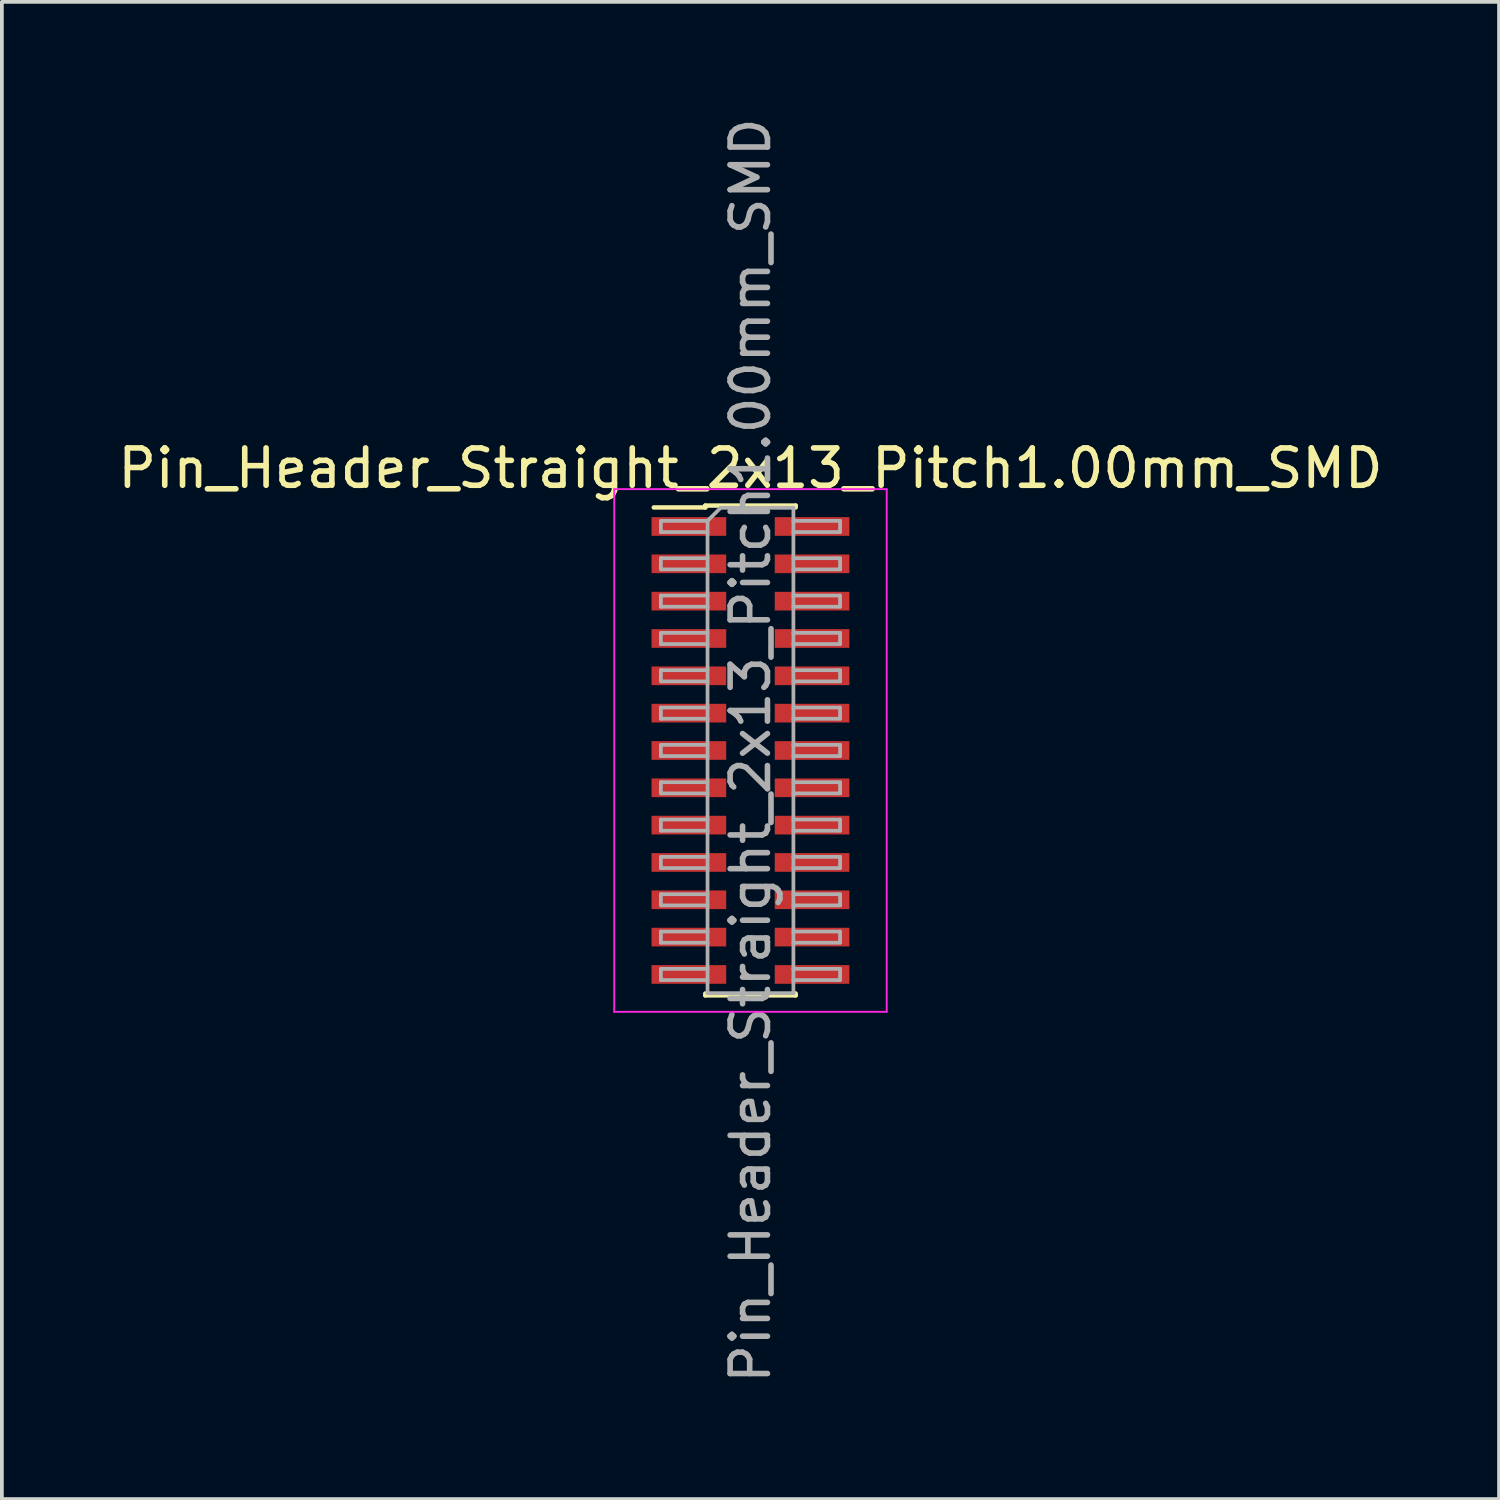
<source format=kicad_pcb>
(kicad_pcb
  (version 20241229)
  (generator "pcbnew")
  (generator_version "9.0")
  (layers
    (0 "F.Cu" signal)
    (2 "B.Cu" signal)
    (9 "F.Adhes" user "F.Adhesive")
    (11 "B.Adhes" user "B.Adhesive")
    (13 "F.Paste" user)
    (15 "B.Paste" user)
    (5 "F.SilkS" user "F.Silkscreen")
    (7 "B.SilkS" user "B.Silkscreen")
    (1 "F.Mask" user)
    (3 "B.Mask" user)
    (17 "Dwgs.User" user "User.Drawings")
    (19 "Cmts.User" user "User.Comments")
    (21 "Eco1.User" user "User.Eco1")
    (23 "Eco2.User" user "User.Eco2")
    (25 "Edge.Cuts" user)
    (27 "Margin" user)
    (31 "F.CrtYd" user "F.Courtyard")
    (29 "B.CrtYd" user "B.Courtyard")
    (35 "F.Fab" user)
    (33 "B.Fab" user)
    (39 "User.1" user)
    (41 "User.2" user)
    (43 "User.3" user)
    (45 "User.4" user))
  (footprint "Pin_Header_Straight_2x13_Pitch1.00mm_SMD"
    (layer "F.Cu")
    (at 17.054 17.054)
    (property "Reference" "Pin_Header_Straight_2x13_Pitch1.00mm_SMD" (at 0 -7.56 0) (layer "F.SilkS") (effects (font (size 1 1) (thickness 0.15))))
    (attr smd)
    (fp_line (start -2.59 -6.51) (end -1.21 -6.51) (stroke (width 0.12) (type solid)) (layer "F.SilkS"))
    (fp_line (start -1.21 -6.56) (end -1.21 -6.51) (stroke (width 0.12) (type solid)) (layer "F.SilkS"))
    (fp_line (start -1.21 -6.56) (end 1.21 -6.56) (stroke (width 0.12) (type solid)) (layer "F.SilkS"))
    (fp_line (start -1.21 6.51) (end -1.21 6.56) (stroke (width 0.12) (type solid)) (layer "F.SilkS"))
    (fp_line (start -1.21 6.56) (end 1.21 6.56) (stroke (width 0.12) (type solid)) (layer "F.SilkS"))
    (fp_line (start 1.21 -6.56) (end 1.21 -6.51) (stroke (width 0.12) (type solid)) (layer "F.SilkS"))
    (fp_line (start 1.21 6.51) (end 1.21 6.56) (stroke (width 0.12) (type solid)) (layer "F.SilkS"))
    (fp_line (start -3.65 -7) (end -3.65 7) (stroke (width 0.05) (type solid)) (layer "F.CrtYd"))
    (fp_line (start -3.65 7) (end 3.65 7) (stroke (width 0.05) (type solid)) (layer "F.CrtYd"))
    (fp_line (start 3.65 -7) (end -3.65 -7) (stroke (width 0.05) (type solid)) (layer "F.CrtYd"))
    (fp_line (start 3.65 7) (end 3.65 -7) (stroke (width 0.05) (type solid)) (layer "F.CrtYd"))
    (fp_line (start -2.4 -6.15) (end -2.4 -5.85) (stroke (width 0.1) (type solid)) (layer "F.Fab"))
    (fp_line (start -2.4 -5.85) (end -1.15 -5.85) (stroke (width 0.1) (type solid)) (layer "F.Fab"))
    (fp_line (start -2.4 -5.15) (end -2.4 -4.85) (stroke (width 0.1) (type solid)) (layer "F.Fab"))
    (fp_line (start -2.4 -4.85) (end -1.15 -4.85) (stroke (width 0.1) (type solid)) (layer "F.Fab"))
    (fp_line (start -2.4 -4.15) (end -2.4 -3.85) (stroke (width 0.1) (type solid)) (layer "F.Fab"))
    (fp_line (start -2.4 -3.85) (end -1.15 -3.85) (stroke (width 0.1) (type solid)) (layer "F.Fab"))
    (fp_line (start -2.4 -3.15) (end -2.4 -2.85) (stroke (width 0.1) (type solid)) (layer "F.Fab"))
    (fp_line (start -2.4 -2.85) (end -1.15 -2.85) (stroke (width 0.1) (type solid)) (layer "F.Fab"))
    (fp_line (start -2.4 -2.15) (end -2.4 -1.85) (stroke (width 0.1) (type solid)) (layer "F.Fab"))
    (fp_line (start -2.4 -1.85) (end -1.15 -1.85) (stroke (width 0.1) (type solid)) (layer "F.Fab"))
    (fp_line (start -2.4 -1.15) (end -2.4 -0.85) (stroke (width 0.1) (type solid)) (layer "F.Fab"))
    (fp_line (start -2.4 -0.85) (end -1.15 -0.85) (stroke (width 0.1) (type solid)) (layer "F.Fab"))
    (fp_line (start -2.4 -0.15) (end -2.4 0.15) (stroke (width 0.1) (type solid)) (layer "F.Fab"))
    (fp_line (start -2.4 0.15) (end -1.15 0.15) (stroke (width 0.1) (type solid)) (layer "F.Fab"))
    (fp_line (start -2.4 0.85) (end -2.4 1.15) (stroke (width 0.1) (type solid)) (layer "F.Fab"))
    (fp_line (start -2.4 1.15) (end -1.15 1.15) (stroke (width 0.1) (type solid)) (layer "F.Fab"))
    (fp_line (start -2.4 1.85) (end -2.4 2.15) (stroke (width 0.1) (type solid)) (layer "F.Fab"))
    (fp_line (start -2.4 2.15) (end -1.15 2.15) (stroke (width 0.1) (type solid)) (layer "F.Fab"))
    (fp_line (start -2.4 2.85) (end -2.4 3.15) (stroke (width 0.1) (type solid)) (layer "F.Fab"))
    (fp_line (start -2.4 3.15) (end -1.15 3.15) (stroke (width 0.1) (type solid)) (layer "F.Fab"))
    (fp_line (start -2.4 3.85) (end -2.4 4.15) (stroke (width 0.1) (type solid)) (layer "F.Fab"))
    (fp_line (start -2.4 4.15) (end -1.15 4.15) (stroke (width 0.1) (type solid)) (layer "F.Fab"))
    (fp_line (start -2.4 4.85) (end -2.4 5.15) (stroke (width 0.1) (type solid)) (layer "F.Fab"))
    (fp_line (start -2.4 5.15) (end -1.15 5.15) (stroke (width 0.1) (type solid)) (layer "F.Fab"))
    (fp_line (start -2.4 5.85) (end -2.4 6.15) (stroke (width 0.1) (type solid)) (layer "F.Fab"))
    (fp_line (start -2.4 6.15) (end -1.15 6.15) (stroke (width 0.1) (type solid)) (layer "F.Fab"))
    (fp_line (start -1.15 -6.15) (end -2.4 -6.15) (stroke (width 0.1) (type solid)) (layer "F.Fab"))
    (fp_line (start -1.15 -6.15) (end -0.8 -6.5) (stroke (width 0.1) (type solid)) (layer "F.Fab"))
    (fp_line (start -1.15 -5.15) (end -2.4 -5.15) (stroke (width 0.1) (type solid)) (layer "F.Fab"))
    (fp_line (start -1.15 -4.15) (end -2.4 -4.15) (stroke (width 0.1) (type solid)) (layer "F.Fab"))
    (fp_line (start -1.15 -3.15) (end -2.4 -3.15) (stroke (width 0.1) (type solid)) (layer "F.Fab"))
    (fp_line (start -1.15 -2.15) (end -2.4 -2.15) (stroke (width 0.1) (type solid)) (layer "F.Fab"))
    (fp_line (start -1.15 -1.15) (end -2.4 -1.15) (stroke (width 0.1) (type solid)) (layer "F.Fab"))
    (fp_line (start -1.15 -0.15) (end -2.4 -0.15) (stroke (width 0.1) (type solid)) (layer "F.Fab"))
    (fp_line (start -1.15 0.85) (end -2.4 0.85) (stroke (width 0.1) (type solid)) (layer "F.Fab"))
    (fp_line (start -1.15 1.85) (end -2.4 1.85) (stroke (width 0.1) (type solid)) (layer "F.Fab"))
    (fp_line (start -1.15 2.85) (end -2.4 2.85) (stroke (width 0.1) (type solid)) (layer "F.Fab"))
    (fp_line (start -1.15 3.85) (end -2.4 3.85) (stroke (width 0.1) (type solid)) (layer "F.Fab"))
    (fp_line (start -1.15 4.85) (end -2.4 4.85) (stroke (width 0.1) (type solid)) (layer "F.Fab"))
    (fp_line (start -1.15 5.85) (end -2.4 5.85) (stroke (width 0.1) (type solid)) (layer "F.Fab"))
    (fp_line (start -1.15 6.5) (end -1.15 -6.15) (stroke (width 0.1) (type solid)) (layer "F.Fab"))
    (fp_line (start -0.8 -6.5) (end 1.15 -6.5) (stroke (width 0.1) (type solid)) (layer "F.Fab"))
    (fp_line (start 1.15 -6.5) (end 1.15 6.5) (stroke (width 0.1) (type solid)) (layer "F.Fab"))
    (fp_line (start 1.15 -6.15) (end 2.4 -6.15) (stroke (width 0.1) (type solid)) (layer "F.Fab"))
    (fp_line (start 1.15 -5.15) (end 2.4 -5.15) (stroke (width 0.1) (type solid)) (layer "F.Fab"))
    (fp_line (start 1.15 -4.15) (end 2.4 -4.15) (stroke (width 0.1) (type solid)) (layer "F.Fab"))
    (fp_line (start 1.15 -3.15) (end 2.4 -3.15) (stroke (width 0.1) (type solid)) (layer "F.Fab"))
    (fp_line (start 1.15 -2.15) (end 2.4 -2.15) (stroke (width 0.1) (type solid)) (layer "F.Fab"))
    (fp_line (start 1.15 -1.15) (end 2.4 -1.15) (stroke (width 0.1) (type solid)) (layer "F.Fab"))
    (fp_line (start 1.15 -0.15) (end 2.4 -0.15) (stroke (width 0.1) (type solid)) (layer "F.Fab"))
    (fp_line (start 1.15 0.85) (end 2.4 0.85) (stroke (width 0.1) (type solid)) (layer "F.Fab"))
    (fp_line (start 1.15 1.85) (end 2.4 1.85) (stroke (width 0.1) (type solid)) (layer "F.Fab"))
    (fp_line (start 1.15 2.85) (end 2.4 2.85) (stroke (width 0.1) (type solid)) (layer "F.Fab"))
    (fp_line (start 1.15 3.85) (end 2.4 3.85) (stroke (width 0.1) (type solid)) (layer "F.Fab"))
    (fp_line (start 1.15 4.85) (end 2.4 4.85) (stroke (width 0.1) (type solid)) (layer "F.Fab"))
    (fp_line (start 1.15 5.85) (end 2.4 5.85) (stroke (width 0.1) (type solid)) (layer "F.Fab"))
    (fp_line (start 1.15 6.5) (end -1.15 6.5) (stroke (width 0.1) (type solid)) (layer "F.Fab"))
    (fp_line (start 2.4 -6.15) (end 2.4 -5.85) (stroke (width 0.1) (type solid)) (layer "F.Fab"))
    (fp_line (start 2.4 -5.85) (end 1.15 -5.85) (stroke (width 0.1) (type solid)) (layer "F.Fab"))
    (fp_line (start 2.4 -5.15) (end 2.4 -4.85) (stroke (width 0.1) (type solid)) (layer "F.Fab"))
    (fp_line (start 2.4 -4.85) (end 1.15 -4.85) (stroke (width 0.1) (type solid)) (layer "F.Fab"))
    (fp_line (start 2.4 -4.15) (end 2.4 -3.85) (stroke (width 0.1) (type solid)) (layer "F.Fab"))
    (fp_line (start 2.4 -3.85) (end 1.15 -3.85) (stroke (width 0.1) (type solid)) (layer "F.Fab"))
    (fp_line (start 2.4 -3.15) (end 2.4 -2.85) (stroke (width 0.1) (type solid)) (layer "F.Fab"))
    (fp_line (start 2.4 -2.85) (end 1.15 -2.85) (stroke (width 0.1) (type solid)) (layer "F.Fab"))
    (fp_line (start 2.4 -2.15) (end 2.4 -1.85) (stroke (width 0.1) (type solid)) (layer "F.Fab"))
    (fp_line (start 2.4 -1.85) (end 1.15 -1.85) (stroke (width 0.1) (type solid)) (layer "F.Fab"))
    (fp_line (start 2.4 -1.15) (end 2.4 -0.85) (stroke (width 0.1) (type solid)) (layer "F.Fab"))
    (fp_line (start 2.4 -0.85) (end 1.15 -0.85) (stroke (width 0.1) (type solid)) (layer "F.Fab"))
    (fp_line (start 2.4 -0.15) (end 2.4 0.15) (stroke (width 0.1) (type solid)) (layer "F.Fab"))
    (fp_line (start 2.4 0.15) (end 1.15 0.15) (stroke (width 0.1) (type solid)) (layer "F.Fab"))
    (fp_line (start 2.4 0.85) (end 2.4 1.15) (stroke (width 0.1) (type solid)) (layer "F.Fab"))
    (fp_line (start 2.4 1.15) (end 1.15 1.15) (stroke (width 0.1) (type solid)) (layer "F.Fab"))
    (fp_line (start 2.4 1.85) (end 2.4 2.15) (stroke (width 0.1) (type solid)) (layer "F.Fab"))
    (fp_line (start 2.4 2.15) (end 1.15 2.15) (stroke (width 0.1) (type solid)) (layer "F.Fab"))
    (fp_line (start 2.4 2.85) (end 2.4 3.15) (stroke (width 0.1) (type solid)) (layer "F.Fab"))
    (fp_line (start 2.4 3.15) (end 1.15 3.15) (stroke (width 0.1) (type solid)) (layer "F.Fab"))
    (fp_line (start 2.4 3.85) (end 2.4 4.15) (stroke (width 0.1) (type solid)) (layer "F.Fab"))
    (fp_line (start 2.4 4.15) (end 1.15 4.15) (stroke (width 0.1) (type solid)) (layer "F.Fab"))
    (fp_line (start 2.4 4.85) (end 2.4 5.15) (stroke (width 0.1) (type solid)) (layer "F.Fab"))
    (fp_line (start 2.4 5.15) (end 1.15 5.15) (stroke (width 0.1) (type solid)) (layer "F.Fab"))
    (fp_line (start 2.4 5.85) (end 2.4 6.15) (stroke (width 0.1) (type solid)) (layer "F.Fab"))
    (fp_line (start 2.4 6.15) (end 1.15 6.15) (stroke (width 0.1) (type solid)) (layer "F.Fab"))
    (fp_text user "${REFERENCE}" (at 0 0 90) (layer "F.Fab") (effects (font (size 1 1) (thickness 0.15))))
    (pad "1" smd rect (at -1.65 -6) (size 2 0.5) (layers "F.Cu" "F.Mask" "F.Paste"))
    (pad "2" smd rect (at 1.65 -6) (size 2 0.5) (layers "F.Cu" "F.Mask" "F.Paste"))
    (pad "3" smd rect (at -1.65 -5) (size 2 0.5) (layers "F.Cu" "F.Mask" "F.Paste"))
    (pad "4" smd rect (at 1.65 -5) (size 2 0.5) (layers "F.Cu" "F.Mask" "F.Paste"))
    (pad "5" smd rect (at -1.65 -4) (size 2 0.5) (layers "F.Cu" "F.Mask" "F.Paste"))
    (pad "6" smd rect (at 1.65 -4) (size 2 0.5) (layers "F.Cu" "F.Mask" "F.Paste"))
    (pad "7" smd rect (at -1.65 -3) (size 2 0.5) (layers "F.Cu" "F.Mask" "F.Paste"))
    (pad "8" smd rect (at 1.65 -3) (size 2 0.5) (layers "F.Cu" "F.Mask" "F.Paste"))
    (pad "9" smd rect (at -1.65 -2) (size 2 0.5) (layers "F.Cu" "F.Mask" "F.Paste"))
    (pad "10" smd rect (at 1.65 -2) (size 2 0.5) (layers "F.Cu" "F.Mask" "F.Paste"))
    (pad "11" smd rect (at -1.65 -1) (size 2 0.5) (layers "F.Cu" "F.Mask" "F.Paste"))
    (pad "12" smd rect (at 1.65 -1) (size 2 0.5) (layers "F.Cu" "F.Mask" "F.Paste"))
    (pad "13" smd rect (at -1.65 0) (size 2 0.5) (layers "F.Cu" "F.Mask" "F.Paste"))
    (pad "14" smd rect (at 1.65 0) (size 2 0.5) (layers "F.Cu" "F.Mask" "F.Paste"))
    (pad "15" smd rect (at -1.65 1) (size 2 0.5) (layers "F.Cu" "F.Mask" "F.Paste"))
    (pad "16" smd rect (at 1.65 1) (size 2 0.5) (layers "F.Cu" "F.Mask" "F.Paste"))
    (pad "17" smd rect (at -1.65 2) (size 2 0.5) (layers "F.Cu" "F.Mask" "F.Paste"))
    (pad "18" smd rect (at 1.65 2) (size 2 0.5) (layers "F.Cu" "F.Mask" "F.Paste"))
    (pad "19" smd rect (at -1.65 3) (size 2 0.5) (layers "F.Cu" "F.Mask" "F.Paste"))
    (pad "20" smd rect (at 1.65 3) (size 2 0.5) (layers "F.Cu" "F.Mask" "F.Paste"))
    (pad "21" smd rect (at -1.65 4) (size 2 0.5) (layers "F.Cu" "F.Mask" "F.Paste"))
    (pad "22" smd rect (at 1.65 4) (size 2 0.5) (layers "F.Cu" "F.Mask" "F.Paste"))
    (pad "23" smd rect (at -1.65 5) (size 2 0.5) (layers "F.Cu" "F.Mask" "F.Paste"))
    (pad "24" smd rect (at 1.65 5) (size 2 0.5) (layers "F.Cu" "F.Mask" "F.Paste"))
    (pad "25" smd rect (at -1.65 6) (size 2 0.5) (layers "F.Cu" "F.Mask" "F.Paste"))
    (pad "26" smd rect (at 1.65 6) (size 2 0.5) (layers "F.Cu" "F.Mask" "F.Paste")))
  (gr_rect
    (start -3 -3)
    (end 37.107 37.107)
    (stroke (width 0.1) (type default))
    (fill no)
    (layer "Edge.Cuts")))
</source>
